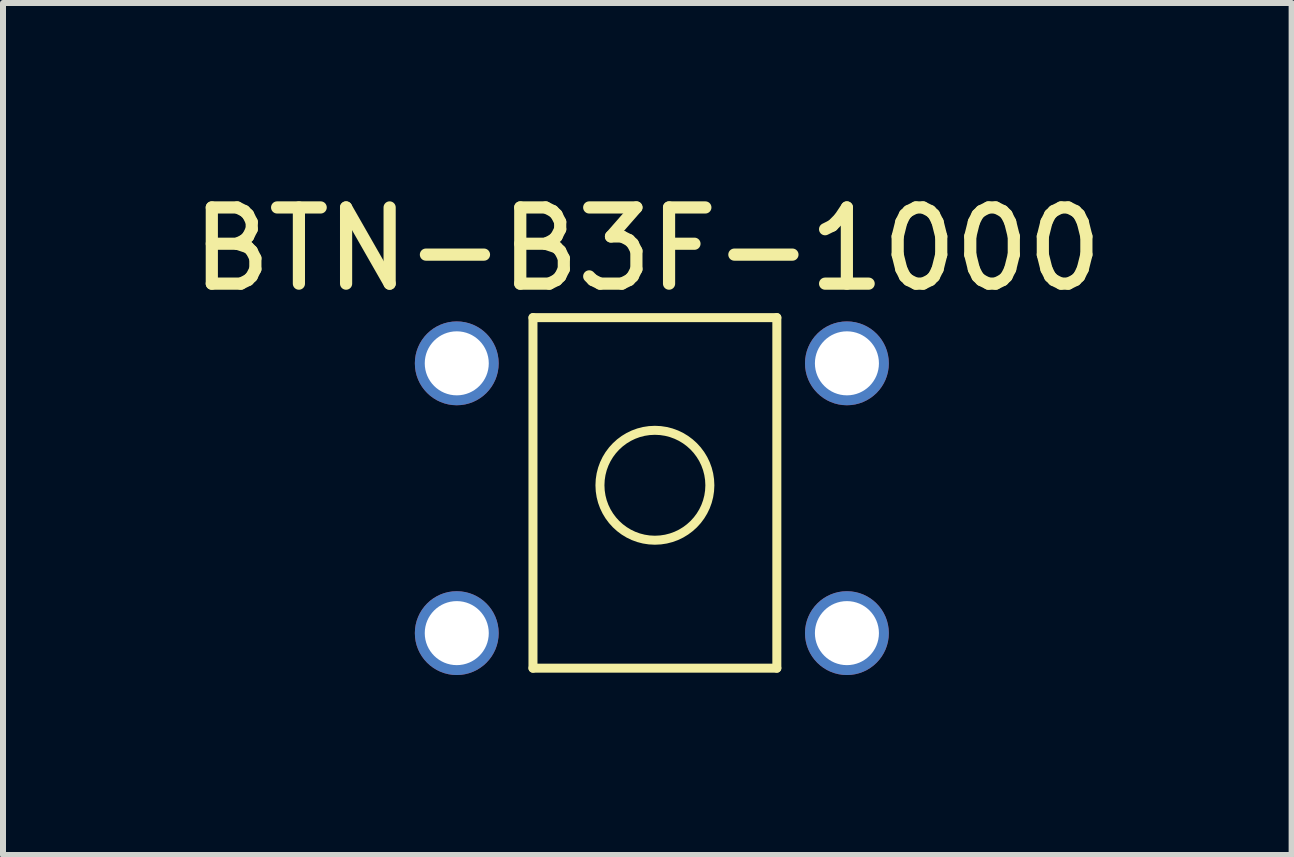
<source format=kicad_pcb>
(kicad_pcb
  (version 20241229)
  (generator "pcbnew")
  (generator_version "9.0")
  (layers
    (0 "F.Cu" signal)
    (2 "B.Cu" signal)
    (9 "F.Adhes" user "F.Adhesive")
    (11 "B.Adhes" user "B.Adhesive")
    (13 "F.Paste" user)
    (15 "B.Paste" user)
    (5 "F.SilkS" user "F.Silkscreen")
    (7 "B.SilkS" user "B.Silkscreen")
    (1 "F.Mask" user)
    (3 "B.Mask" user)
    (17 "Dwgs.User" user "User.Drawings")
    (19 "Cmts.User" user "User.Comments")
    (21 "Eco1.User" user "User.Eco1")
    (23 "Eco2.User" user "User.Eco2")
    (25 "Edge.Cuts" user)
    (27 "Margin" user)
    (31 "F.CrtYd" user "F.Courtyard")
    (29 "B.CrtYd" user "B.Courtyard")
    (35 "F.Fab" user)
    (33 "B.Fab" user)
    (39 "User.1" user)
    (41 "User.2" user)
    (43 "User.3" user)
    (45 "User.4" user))
  (footprint "BTN-B3F-1000"
    (layer "F.Cu")
    (at 4.562 3.005)
    (property "Reference" "BTN-B3F-1000" (at 3.175 -1.905 0) (layer "F.SilkS") (effects (font (size 1.27 1.27) (thickness 0.203))))
    (fp_line (start 1.27 -0.762) (end 5.334 -0.762) (stroke (width 0.15) (type solid)) (layer "F.SilkS"))
    (fp_line (start 1.27 5.08) (end 1.27 -0.762) (stroke (width 0.15) (type solid)) (layer "F.SilkS"))
    (fp_line (start 5.334 -0.762) (end 5.334 5.08) (stroke (width 0.15) (type solid)) (layer "F.SilkS"))
    (fp_line (start 5.334 5.08) (end 1.27 5.08) (stroke (width 0.15) (type solid)) (layer "F.SilkS"))
    (fp_circle (center 3.302 2.032) (end 3.81 2.794) (stroke (width 0.15) (type solid)) (fill no) (layer "F.SilkS"))
    (pad "1" thru_hole circle (at 0 0) (size 1.397 1.397) (drill 1.067) (layers "*.Cu" "*.Mask"))
    (pad "2" thru_hole circle (at 0 4.496) (size 1.397 1.397) (drill 1.067) (layers "*.Cu" "*.Mask"))
    (pad "3" thru_hole circle (at 6.502 4.496) (size 1.397 1.397) (drill 1.067) (layers "*.Cu" "*.Mask"))
    (pad "4" thru_hole circle (at 6.502 0) (size 1.397 1.397) (drill 1.067) (layers "*.Cu" "*.Mask")))
  (gr_rect
    (start -3 -3)
    (end 18.475 11.199)
    (stroke (width 0.1) (type default))
    (fill no)
    (layer "Edge.Cuts")))
</source>
